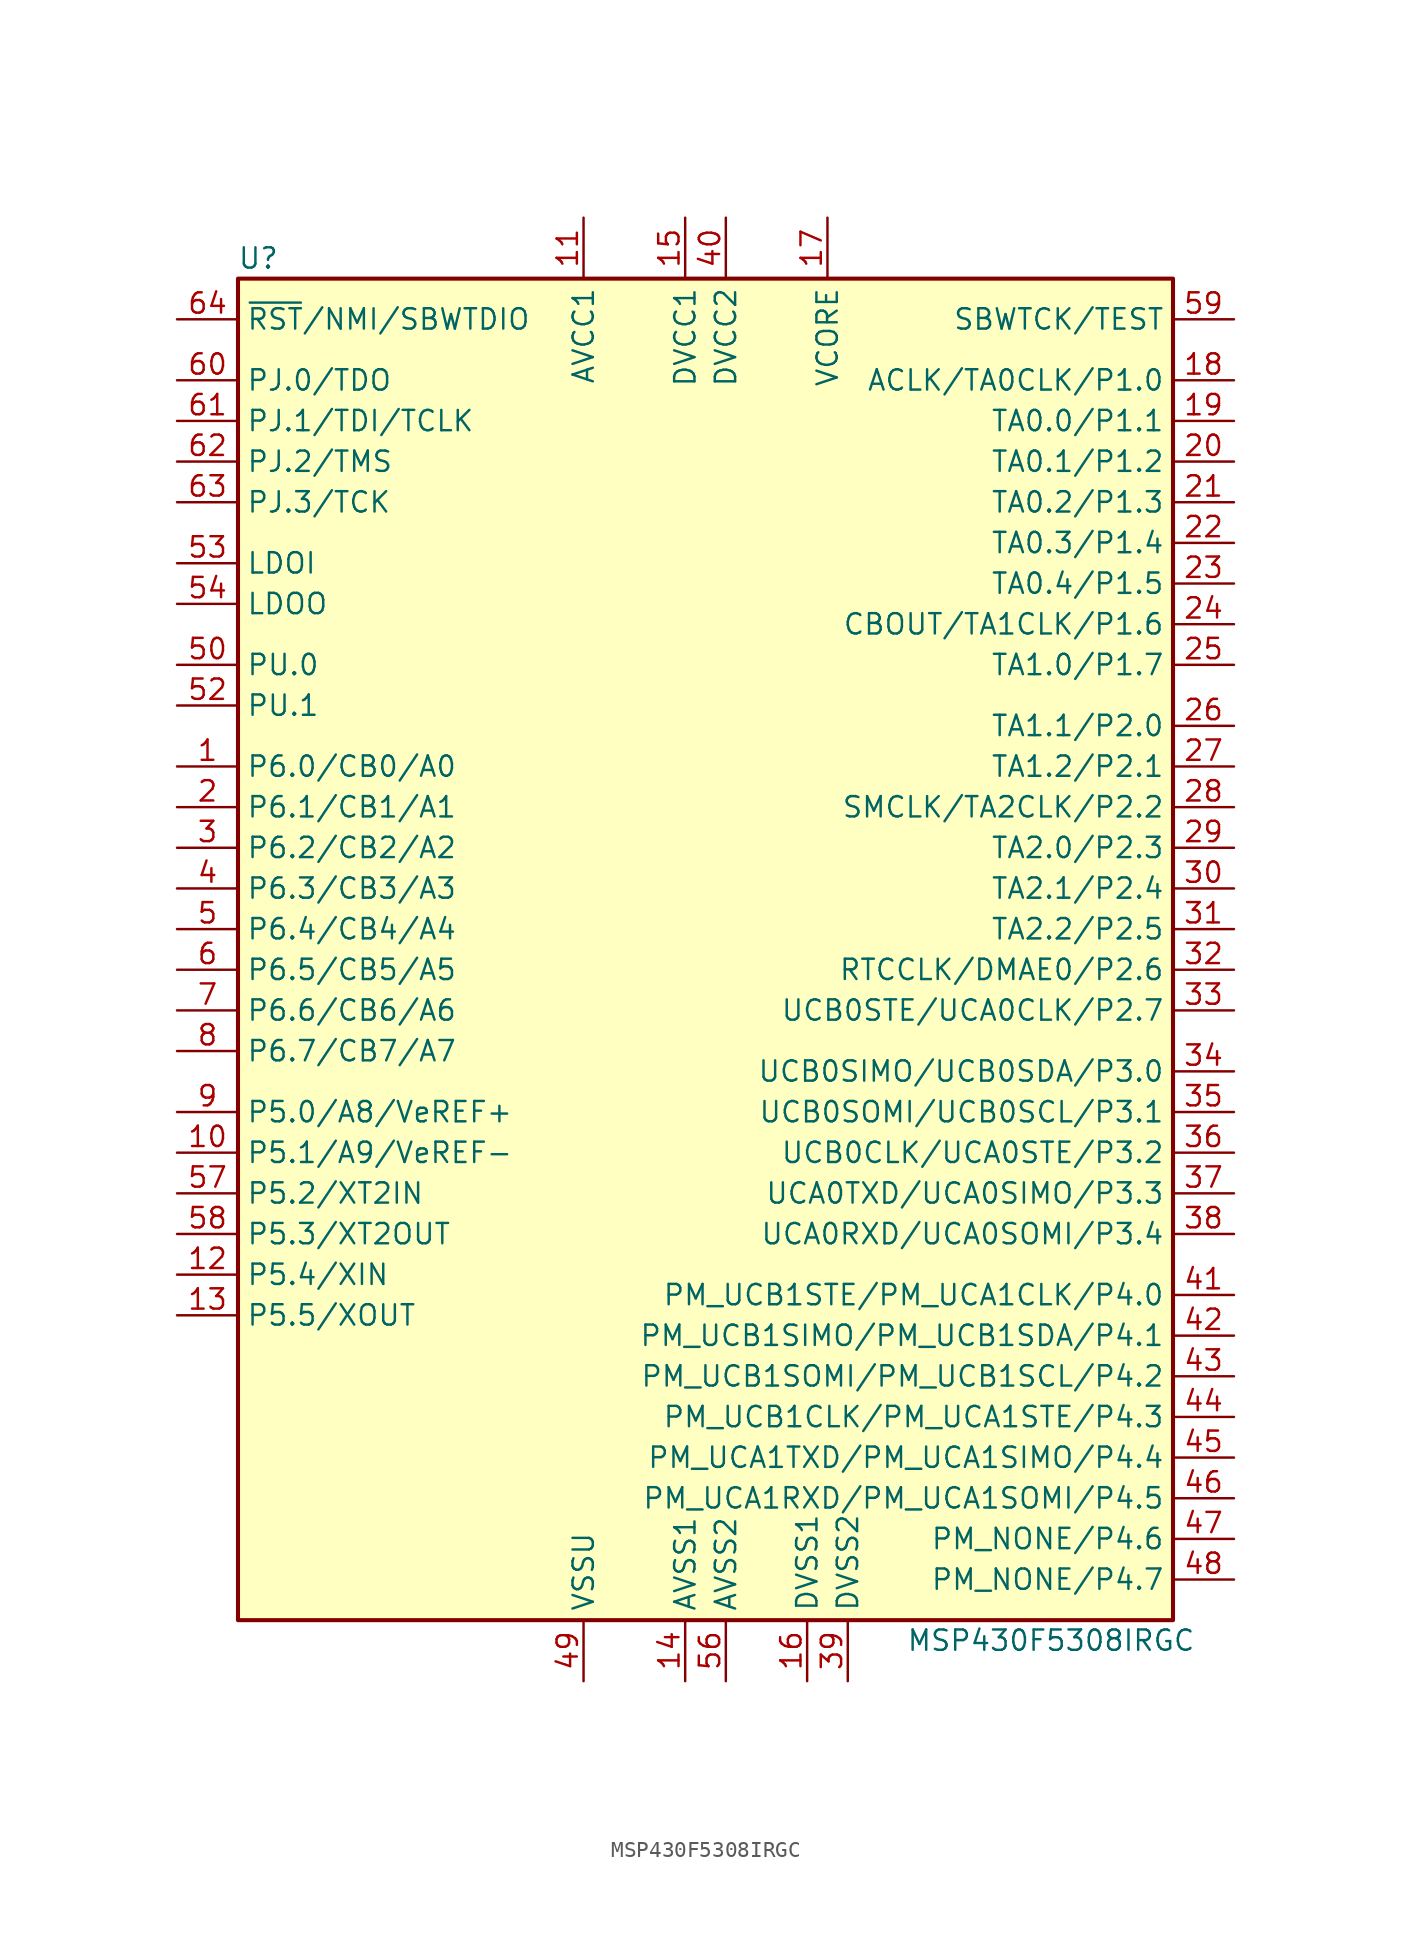
<source format=kicad_sym>
(kicad_symbol_lib
  (version 20211014)
  (generator kicad_symbol_editor)
  (symbol "MSP430F5308IRGC"
    (property "Reference" "U"
      (at -27.94 43.18 0)
      (effects (font (size 1.27 1.27))))
    (property "Value" "MSP430F5308IRGC"
      (at 21.59 -43.18 0)
      (effects (font (size 1.27 1.27))))
    (symbol "MSP430F5308IRGC_0_1"
      (rectangle (start -29.21 41.91) (end 29.21 -41.91) (stroke (width 0.254) (type default) (color 0 0 0 0)) (fill (type background))))
    (symbol "MSP430F5308IRGC_1_1"
      (pin bidirectional line (at -33.02 11.43 0) (length 3.81) (name "P6.0/CB0/A0" (effects (font (size 1.27 1.27)))) (number "1" (effects (font (size 1.27 1.27)))))
      (pin bidirectional line (at -33.02 -12.7 0) (length 3.81) (name "P5.1/A9/VeREF-" (effects (font (size 1.27 1.27)))) (number "10" (effects (font (size 1.27 1.27)))))
      (pin power_in line (at -7.62 45.72 270) (length 3.81) (name "AVCC1" (effects (font (size 1.27 1.27)))) (number "11" (effects (font (size 1.27 1.27)))))
      (pin bidirectional line (at -33.02 -20.32 0) (length 3.81) (name "P5.4/XIN" (effects (font (size 1.27 1.27)))) (number "12" (effects (font (size 1.27 1.27)))))
      (pin bidirectional line (at -33.02 -22.86 0) (length 3.81) (name "P5.5/XOUT" (effects (font (size 1.27 1.27)))) (number "13" (effects (font (size 1.27 1.27)))))
      (pin power_in line (at -1.27 -45.72 90) (length 3.81) (name "AVSS1" (effects (font (size 1.27 1.27)))) (number "14" (effects (font (size 1.27 1.27)))))
      (pin power_in line (at -1.27 45.72 270) (length 3.81) (name "DVCC1" (effects (font (size 1.27 1.27)))) (number "15" (effects (font (size 1.27 1.27)))))
      (pin power_in line (at 6.35 -45.72 90) (length 3.81) (name "DVSS1" (effects (font (size 1.27 1.27)))) (number "16" (effects (font (size 1.27 1.27)))))
      (pin bidirectional line (at 7.62 45.72 270) (length 3.81) (name "VCORE" (effects (font (size 1.27 1.27)))) (number "17" (effects (font (size 1.27 1.27)))))
      (pin bidirectional line (at 33.02 35.56 180) (length 3.81) (name "ACLK/TA0CLK/P1.0" (effects (font (size 1.27 1.27)))) (number "18" (effects (font (size 1.27 1.27)))))
      (pin bidirectional line (at 33.02 33.02 180) (length 3.81) (name "TA0.0/P1.1" (effects (font (size 1.27 1.27)))) (number "19" (effects (font (size 1.27 1.27)))))
      (pin bidirectional line (at -33.02 8.89 0) (length 3.81) (name "P6.1/CB1/A1" (effects (font (size 1.27 1.27)))) (number "2" (effects (font (size 1.27 1.27)))))
      (pin bidirectional line (at 33.02 30.48 180) (length 3.81) (name "TA0.1/P1.2" (effects (font (size 1.27 1.27)))) (number "20" (effects (font (size 1.27 1.27)))))
      (pin bidirectional line (at 33.02 27.94 180) (length 3.81) (name "TA0.2/P1.3" (effects (font (size 1.27 1.27)))) (number "21" (effects (font (size 1.27 1.27)))))
      (pin bidirectional line (at 33.02 25.4 180) (length 3.81) (name "TA0.3/P1.4" (effects (font (size 1.27 1.27)))) (number "22" (effects (font (size 1.27 1.27)))))
      (pin bidirectional line (at 33.02 22.86 180) (length 3.81) (name "TA0.4/P1.5" (effects (font (size 1.27 1.27)))) (number "23" (effects (font (size 1.27 1.27)))))
      (pin bidirectional line (at 33.02 20.32 180) (length 3.81) (name "CBOUT/TA1CLK/P1.6" (effects (font (size 1.27 1.27)))) (number "24" (effects (font (size 1.27 1.27)))))
      (pin bidirectional line (at 33.02 17.78 180) (length 3.81) (name "TA1.0/P1.7" (effects (font (size 1.27 1.27)))) (number "25" (effects (font (size 1.27 1.27)))))
      (pin bidirectional line (at 33.02 13.97 180) (length 3.81) (name "TA1.1/P2.0" (effects (font (size 1.27 1.27)))) (number "26" (effects (font (size 1.27 1.27)))))
      (pin bidirectional line (at 33.02 11.43 180) (length 3.81) (name "TA1.2/P2.1" (effects (font (size 1.27 1.27)))) (number "27" (effects (font (size 1.27 1.27)))))
      (pin bidirectional line (at 33.02 8.89 180) (length 3.81) (name "SMCLK/TA2CLK/P2.2" (effects (font (size 1.27 1.27)))) (number "28" (effects (font (size 1.27 1.27)))))
      (pin bidirectional line (at 33.02 6.35 180) (length 3.81) (name "TA2.0/P2.3" (effects (font (size 1.27 1.27)))) (number "29" (effects (font (size 1.27 1.27)))))
      (pin bidirectional line (at -33.02 6.35 0) (length 3.81) (name "P6.2/CB2/A2" (effects (font (size 1.27 1.27)))) (number "3" (effects (font (size 1.27 1.27)))))
      (pin bidirectional line (at 33.02 3.81 180) (length 3.81) (name "TA2.1/P2.4" (effects (font (size 1.27 1.27)))) (number "30" (effects (font (size 1.27 1.27)))))
      (pin bidirectional line (at 33.02 1.27 180) (length 3.81) (name "TA2.2/P2.5" (effects (font (size 1.27 1.27)))) (number "31" (effects (font (size 1.27 1.27)))))
      (pin bidirectional line (at 33.02 -1.27 180) (length 3.81) (name "RTCCLK/DMAE0/P2.6" (effects (font (size 1.27 1.27)))) (number "32" (effects (font (size 1.27 1.27)))))
      (pin bidirectional line (at 33.02 -3.81 180) (length 3.81) (name "UCB0STE/UCA0CLK/P2.7" (effects (font (size 1.27 1.27)))) (number "33" (effects (font (size 1.27 1.27)))))
      (pin bidirectional line (at 33.02 -7.62 180) (length 3.81) (name "UCB0SIMO/UCB0SDA/P3.0" (effects (font (size 1.27 1.27)))) (number "34" (effects (font (size 1.27 1.27)))))
      (pin bidirectional line (at 33.02 -10.16 180) (length 3.81) (name "UCB0SOMI/UCB0SCL/P3.1" (effects (font (size 1.27 1.27)))) (number "35" (effects (font (size 1.27 1.27)))))
      (pin bidirectional line (at 33.02 -12.7 180) (length 3.81) (name "UCB0CLK/UCA0STE/P3.2" (effects (font (size 1.27 1.27)))) (number "36" (effects (font (size 1.27 1.27)))))
      (pin bidirectional line (at 33.02 -15.24 180) (length 3.81) (name "UCA0TXD/UCA0SIMO/P3.3" (effects (font (size 1.27 1.27)))) (number "37" (effects (font (size 1.27 1.27)))))
      (pin bidirectional line (at 33.02 -17.78 180) (length 3.81) (name "UCA0RXD/UCA0SOMI/P3.4" (effects (font (size 1.27 1.27)))) (number "38" (effects (font (size 1.27 1.27)))))
      (pin power_in line (at 8.89 -45.72 90) (length 3.81) (name "DVSS2" (effects (font (size 1.27 1.27)))) (number "39" (effects (font (size 1.27 1.27)))))
      (pin bidirectional line (at -33.02 3.81 0) (length 3.81) (name "P6.3/CB3/A3" (effects (font (size 1.27 1.27)))) (number "4" (effects (font (size 1.27 1.27)))))
      (pin power_in line (at 1.27 45.72 270) (length 3.81) (name "DVCC2" (effects (font (size 1.27 1.27)))) (number "40" (effects (font (size 1.27 1.27)))))
      (pin bidirectional line (at 33.02 -21.59 180) (length 3.81) (name "PM_UCB1STE/PM_UCA1CLK/P4.0" (effects (font (size 1.27 1.27)))) (number "41" (effects (font (size 1.27 1.27)))))
      (pin bidirectional line (at 33.02 -24.13 180) (length 3.81) (name "PM_UCB1SIMO/PM_UCB1SDA/P4.1" (effects (font (size 1.27 1.27)))) (number "42" (effects (font (size 1.27 1.27)))))
      (pin bidirectional line (at 33.02 -26.67 180) (length 3.81) (name "PM_UCB1SOMI/PM_UCB1SCL/P4.2" (effects (font (size 1.27 1.27)))) (number "43" (effects (font (size 1.27 1.27)))))
      (pin bidirectional line (at 33.02 -29.21 180) (length 3.81) (name "PM_UCB1CLK/PM_UCA1STE/P4.3" (effects (font (size 1.27 1.27)))) (number "44" (effects (font (size 1.27 1.27)))))
      (pin bidirectional line (at 33.02 -31.75 180) (length 3.81) (name "PM_UCA1TXD/PM_UCA1SIMO/P4.4" (effects (font (size 1.27 1.27)))) (number "45" (effects (font (size 1.27 1.27)))))
      (pin bidirectional line (at 33.02 -34.29 180) (length 3.81) (name "PM_UCA1RXD/PM_UCA1SOMI/P4.5" (effects (font (size 1.27 1.27)))) (number "46" (effects (font (size 1.27 1.27)))))
      (pin bidirectional line (at 33.02 -36.83 180) (length 3.81) (name "PM_NONE/P4.6" (effects (font (size 1.27 1.27)))) (number "47" (effects (font (size 1.27 1.27)))))
      (pin bidirectional line (at 33.02 -39.37 180) (length 3.81) (name "PM_NONE/P4.7" (effects (font (size 1.27 1.27)))) (number "48" (effects (font (size 1.27 1.27)))))
      (pin power_in line (at -7.62 -45.72 90) (length 3.81) (name "VSSU" (effects (font (size 1.27 1.27)))) (number "49" (effects (font (size 1.27 1.27)))))
      (pin bidirectional line (at -33.02 1.27 0) (length 3.81) (name "P6.4/CB4/A4" (effects (font (size 1.27 1.27)))) (number "5" (effects (font (size 1.27 1.27)))))
      (pin bidirectional line (at -33.02 17.78 0) (length 3.81) (name "PU.0" (effects (font (size 1.27 1.27)))) (number "50" (effects (font (size 1.27 1.27)))))
      (pin bidirectional line (at -33.02 15.24 0) (length 3.81) (name "PU.1" (effects (font (size 1.27 1.27)))) (number "52" (effects (font (size 1.27 1.27)))))
      (pin power_in line (at -33.02 24.13 0) (length 3.81) (name "LDOI" (effects (font (size 1.27 1.27)))) (number "53" (effects (font (size 1.27 1.27)))))
      (pin power_out line (at -33.02 21.59 0) (length 3.81) (name "LDOO" (effects (font (size 1.27 1.27)))) (number "54" (effects (font (size 1.27 1.27)))))
      (pin power_in line (at 1.27 -45.72 90) (length 3.81) (name "AVSS2" (effects (font (size 1.27 1.27)))) (number "56" (effects (font (size 1.27 1.27)))))
      (pin bidirectional line (at -33.02 -15.24 0) (length 3.81) (name "P5.2/XT2IN" (effects (font (size 1.27 1.27)))) (number "57" (effects (font (size 1.27 1.27)))))
      (pin bidirectional line (at -33.02 -17.78 0) (length 3.81) (name "P5.3/XT2OUT" (effects (font (size 1.27 1.27)))) (number "58" (effects (font (size 1.27 1.27)))))
      (pin input line (at 33.02 39.37 180) (length 3.81) (name "SBWTCK/TEST" (effects (font (size 1.27 1.27)))) (number "59" (effects (font (size 1.27 1.27)))))
      (pin bidirectional line (at -33.02 -1.27 0) (length 3.81) (name "P6.5/CB5/A5" (effects (font (size 1.27 1.27)))) (number "6" (effects (font (size 1.27 1.27)))))
      (pin bidirectional line (at -33.02 35.56 0) (length 3.81) (name "PJ.0/TDO" (effects (font (size 1.27 1.27)))) (number "60" (effects (font (size 1.27 1.27)))))
      (pin bidirectional line (at -33.02 33.02 0) (length 3.81) (name "PJ.1/TDI/TCLK" (effects (font (size 1.27 1.27)))) (number "61" (effects (font (size 1.27 1.27)))))
      (pin bidirectional line (at -33.02 30.48 0) (length 3.81) (name "PJ.2/TMS" (effects (font (size 1.27 1.27)))) (number "62" (effects (font (size 1.27 1.27)))))
      (pin bidirectional line (at -33.02 27.94 0) (length 3.81) (name "PJ.3/TCK" (effects (font (size 1.27 1.27)))) (number "63" (effects (font (size 1.27 1.27)))))
      (pin input line (at -33.02 39.37 0) (length 3.81) (name "~{RST}/NMI/SBWTDIO" (effects (font (size 1.27 1.27)))) (number "64" (effects (font (size 1.27 1.27)))))
      (pin bidirectional line (at -33.02 -3.81 0) (length 3.81) (name "P6.6/CB6/A6" (effects (font (size 1.27 1.27)))) (number "7" (effects (font (size 1.27 1.27)))))
      (pin bidirectional line (at -33.02 -6.35 0) (length 3.81) (name "P6.7/CB7/A7" (effects (font (size 1.27 1.27)))) (number "8" (effects (font (size 1.27 1.27)))))
      (pin bidirectional line (at -33.02 -10.16 0) (length 3.81) (name "P5.0/A8/VeREF+" (effects (font (size 1.27 1.27)))) (number "9" (effects (font (size 1.27 1.27))))))))
</source>
